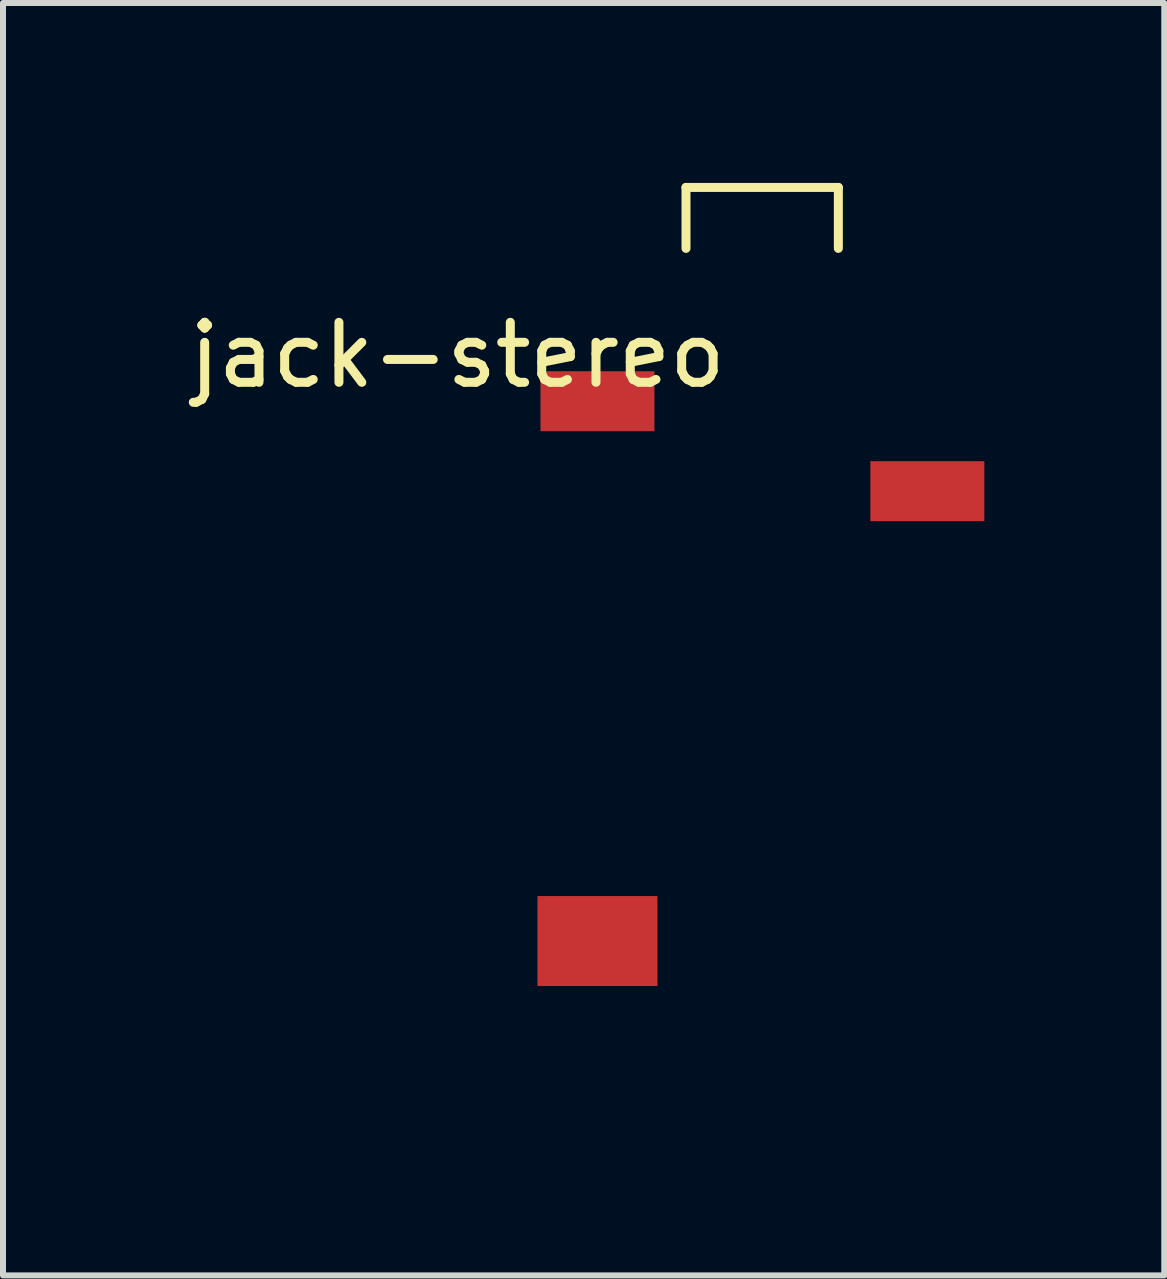
<source format=kicad_pcb>
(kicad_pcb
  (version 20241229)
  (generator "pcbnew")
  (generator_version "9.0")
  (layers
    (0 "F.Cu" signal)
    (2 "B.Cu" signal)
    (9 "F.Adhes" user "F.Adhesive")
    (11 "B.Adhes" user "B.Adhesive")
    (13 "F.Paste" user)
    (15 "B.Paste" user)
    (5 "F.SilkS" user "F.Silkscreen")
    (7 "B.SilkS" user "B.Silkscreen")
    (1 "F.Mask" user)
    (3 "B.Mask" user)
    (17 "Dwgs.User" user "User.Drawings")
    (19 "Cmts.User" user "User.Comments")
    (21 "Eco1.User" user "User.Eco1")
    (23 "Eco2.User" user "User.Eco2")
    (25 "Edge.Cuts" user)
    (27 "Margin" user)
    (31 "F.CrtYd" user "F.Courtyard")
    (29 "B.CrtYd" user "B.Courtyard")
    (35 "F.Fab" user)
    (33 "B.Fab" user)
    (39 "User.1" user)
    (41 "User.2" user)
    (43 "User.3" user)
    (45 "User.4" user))
  (footprint "jack-stereo"
    (layer "F.Cu")
    (at 9.911 4.139)
    (property "Reference" "jack-stereo" (at -5.334 -1.27 0) (layer "F.SilkS") (effects (font (size 1 1) (thickness 0.15))))
    (attr through_hole)
    (fp_line (start -1.524 -4.064) (end 1.016 -4.064) (stroke (width 0.15) (type solid)) (layer "F.SilkS"))
    (fp_line (start -1.524 -3.048) (end -1.524 -4.064) (stroke (width 0.15) (type solid)) (layer "F.SilkS"))
    (fp_line (start 1.016 -4.064) (end 1.016 -3.048) (stroke (width 0.15) (type solid)) (layer "F.SilkS"))
    (fp_line (start -2.032 -3) (end 1.524 -3) (stroke (width 0.15) (type solid)) (layer "B.Paste"))
    (fp_line (start -2.032 11) (end -2.032 -3) (stroke (width 0.15) (type solid)) (layer "B.Paste"))
    (fp_line (start 1.524 -3) (end 1.524 11) (stroke (width 0.15) (type solid)) (layer "B.Paste"))
    (fp_line (start 1.524 11) (end -2.032 11) (stroke (width 0.15) (type solid)) (layer "B.Paste"))
    (pad "1" smd rect (at -3 8.5) (size 2 1.5) (layers "F.Cu" "F.Mask" "F.Paste"))
    (pad "2" smd rect (at 2.5 1) (size 1.9 1) (layers "F.Cu" "F.Mask" "F.Paste"))
    (pad "3" smd rect (at -3 -0.5) (size 1.9 1) (layers "F.Cu" "F.Mask" "F.Paste")))
  (gr_rect
    (start -3 -3)
    (end 16.361 18.214)
    (stroke (width 0.1) (type default))
    (fill no)
    (layer "Edge.Cuts")))
</source>
